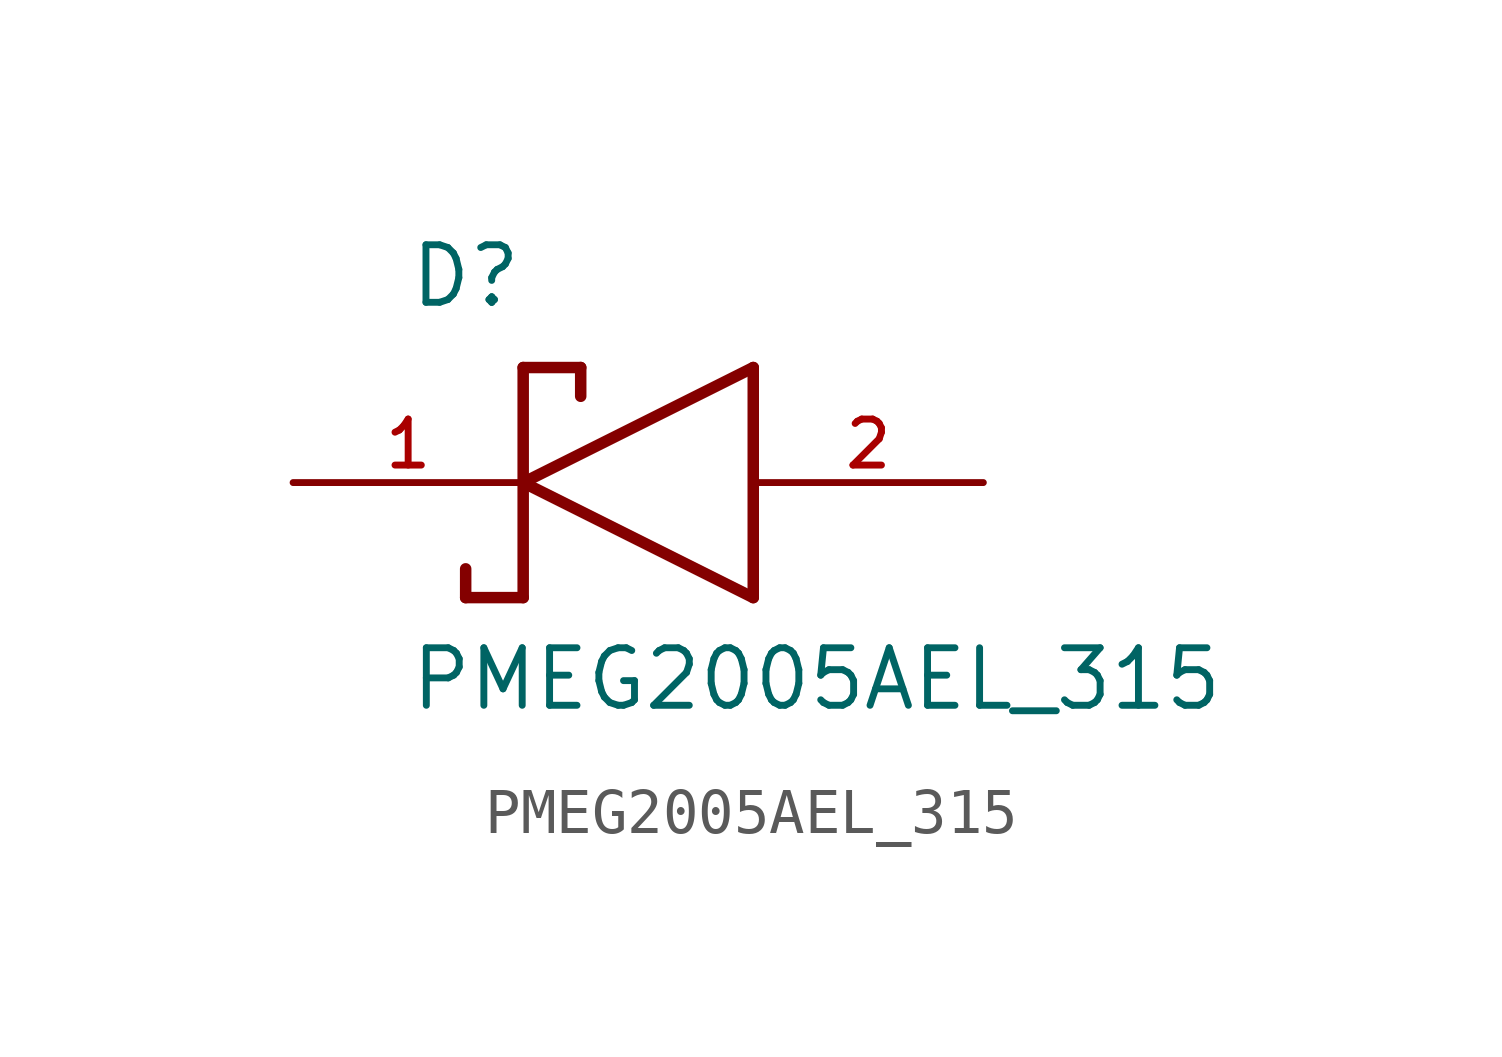
<source format=kicad_sym>
(kicad_symbol_lib
  (version 20211014)
  (generator kicad_symbol_editor)
  (symbol "PMEG2005AEL_315"
    (pin_names
      (offset 1.016))
    (property "Reference" "D"
      (at -5.089 3.817 0)
      (effects (font (size 1.27 1.27)) (justify bottom left)))
    (property "Value" "PMEG2005AEL_315"
      (at -5.081 -5.081 0)
      (effects (font (size 1.27 1.27)) (justify bottom left)))
    (symbol "PMEG2005AEL_315_0_0"
      (polyline (pts (xy 2.54 2.54) (xy 2.54 -2.54)) (stroke (width 0.254)))
      (polyline (pts (xy 2.54 -2.54) (xy -2.54 0.0)) (stroke (width 0.254)))
      (polyline (pts (xy -2.54 0.0) (xy 2.54 2.54)) (stroke (width 0.254)))
      (polyline (pts (xy -2.54 2.54) (xy -2.54 -2.54)) (stroke (width 0.254)))
      (polyline (pts (xy -2.54 2.54) (xy -1.27 2.54)) (stroke (width 0.254)))
      (polyline (pts (xy -1.27 2.54) (xy -1.27 1.905)) (stroke (width 0.254)))
      (polyline (pts (xy -2.54 -2.54) (xy -3.81 -2.54)) (stroke (width 0.254)))
      (polyline (pts (xy -3.81 -2.54) (xy -3.81 -1.905)) (stroke (width 0.254)))
      (pin passive line (at -7.62 0.0 0) (length 5.08) (name "~" (effects (font (size 1.016 1.016)))) (number "1" (effects (font (size 1.016 1.016)))))
      (pin passive line (at 7.62 0.0 180.0) (length 5.08) (name "~" (effects (font (size 1.016 1.016)))) (number "2" (effects (font (size 1.016 1.016))))))))
</source>
